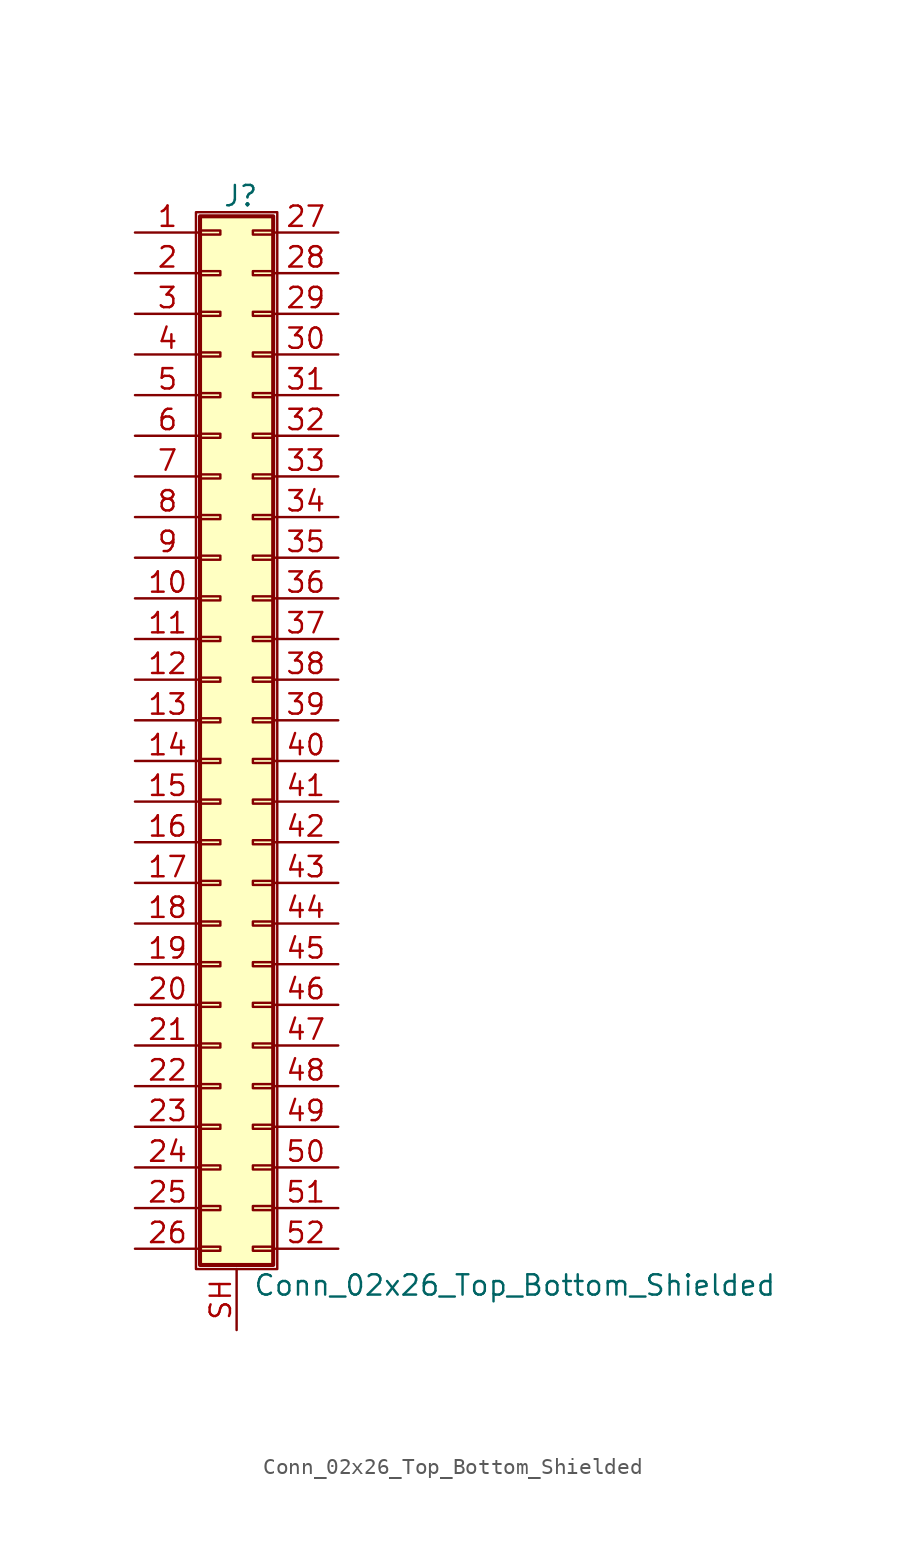
<source format=kicad_sym>
(kicad_symbol_lib
  (version 20201005)
  (generator kicad_symbol_editor)
  (symbol "Connector_Generic_Shielded:Conn_02x26_Top_Bottom_Shielded"
    (pin_names
      (offset 1.016) hide)
    (property "Reference" "J"
      (at 1.524 32.766 0)
      (effects (font (size 1.27 1.27))))
    (property "Value" "Conn_02x26_Top_Bottom_Shielded"
      (at 2.286 -35.306 0)
      (effects (font (size 1.27 1.27)) (justify left)))
    (symbol "Conn_02x26_Top_Bottom_Shielded_1_1"
      (rectangle (start -1.016 -27.813) (end 0.254 -28.067) (stroke (width 0.152)) (fill (type none)))
      (rectangle (start -1.016 -30.353) (end 0.254 -30.607) (stroke (width 0.152)) (fill (type none)))
      (rectangle (start -1.016 -32.893) (end 0.254 -33.147) (stroke (width 0.152)) (fill (type none)))
      (rectangle (start -1.016 -4.953) (end 0.254 -5.207) (stroke (width 0.152)) (fill (type none)))
      (rectangle (start -1.016 -7.493) (end 0.254 -7.747) (stroke (width 0.152)) (fill (type none)))
      (rectangle (start -1.016 -10.033) (end 0.254 -10.287) (stroke (width 0.152)) (fill (type none)))
      (rectangle (start -1.016 -12.573) (end 0.254 -12.827) (stroke (width 0.152)) (fill (type none)))
      (rectangle (start -1.016 -15.113) (end 0.254 -15.367) (stroke (width 0.152)) (fill (type none)))
      (rectangle (start -1.016 -17.653) (end 0.254 -17.907) (stroke (width 0.152)) (fill (type none)))
      (rectangle (start -1.016 -20.193) (end 0.254 -20.447) (stroke (width 0.152)) (fill (type none)))
      (rectangle (start -1.016 -22.733) (end 0.254 -22.987) (stroke (width 0.152)) (fill (type none)))
      (rectangle (start -1.016 -2.413) (end 0.254 -2.667) (stroke (width 0.152)) (fill (type none)))
      (rectangle (start -1.016 -25.273) (end 0.254 -25.527) (stroke (width 0.152)) (fill (type none)))
      (rectangle (start -1.016 25.527) (end 0.254 25.273) (stroke (width 0.152)) (fill (type none)))
      (rectangle (start -1.016 2.667) (end 0.254 2.413) (stroke (width 0.152)) (fill (type none)))
      (rectangle (start -1.016 28.067) (end 0.254 27.813) (stroke (width 0.152)) (fill (type none)))
      (rectangle (start -1.016 30.607) (end 0.254 30.353) (stroke (width 0.152)) (fill (type none)))
      (rectangle (start -1.016 31.496) (end 3.556 -34.036) (stroke (width 0.254)) (fill (type background)))
      (rectangle (start -1.016 5.207) (end 0.254 4.953) (stroke (width 0.152)) (fill (type none)))
      (rectangle (start -1.016 7.747) (end 0.254 7.493) (stroke (width 0.152)) (fill (type none)))
      (rectangle (start -1.016 10.287) (end 0.254 10.033) (stroke (width 0.152)) (fill (type none)))
      (rectangle (start -1.016 0.127) (end 0.254 -0.127) (stroke (width 0.152)) (fill (type none)))
      (rectangle (start -1.016 12.827) (end 0.254 12.573) (stroke (width 0.152)) (fill (type none)))
      (rectangle (start -1.016 15.367) (end 0.254 15.113) (stroke (width 0.152)) (fill (type none)))
      (rectangle (start -1.016 17.907) (end 0.254 17.653) (stroke (width 0.152)) (fill (type none)))
      (rectangle (start -1.016 20.447) (end 0.254 20.193) (stroke (width 0.152)) (fill (type none)))
      (rectangle (start -1.016 22.987) (end 0.254 22.733) (stroke (width 0.152)) (fill (type none)))
      (rectangle (start -1.27 31.75) (end 3.81 -34.29) (stroke (width 0.152)) (fill (type none)))
      (rectangle (start 3.556 -27.813) (end 2.286 -28.067) (stroke (width 0.152)) (fill (type none)))
      (rectangle (start 3.556 -30.353) (end 2.286 -30.607) (stroke (width 0.152)) (fill (type none)))
      (rectangle (start 3.556 -32.893) (end 2.286 -33.147) (stroke (width 0.152)) (fill (type none)))
      (rectangle (start 3.556 -4.953) (end 2.286 -5.207) (stroke (width 0.152)) (fill (type none)))
      (rectangle (start 3.556 -7.493) (end 2.286 -7.747) (stroke (width 0.152)) (fill (type none)))
      (rectangle (start 3.556 -10.033) (end 2.286 -10.287) (stroke (width 0.152)) (fill (type none)))
      (rectangle (start 3.556 -12.573) (end 2.286 -12.827) (stroke (width 0.152)) (fill (type none)))
      (rectangle (start 3.556 -15.113) (end 2.286 -15.367) (stroke (width 0.152)) (fill (type none)))
      (rectangle (start 3.556 -17.653) (end 2.286 -17.907) (stroke (width 0.152)) (fill (type none)))
      (rectangle (start 3.556 -20.193) (end 2.286 -20.447) (stroke (width 0.152)) (fill (type none)))
      (rectangle (start 3.556 -22.733) (end 2.286 -22.987) (stroke (width 0.152)) (fill (type none)))
      (rectangle (start 3.556 -2.413) (end 2.286 -2.667) (stroke (width 0.152)) (fill (type none)))
      (rectangle (start 3.556 -25.273) (end 2.286 -25.527) (stroke (width 0.152)) (fill (type none)))
      (rectangle (start 3.556 25.527) (end 2.286 25.273) (stroke (width 0.152)) (fill (type none)))
      (rectangle (start 3.556 2.667) (end 2.286 2.413) (stroke (width 0.152)) (fill (type none)))
      (rectangle (start 3.556 28.067) (end 2.286 27.813) (stroke (width 0.152)) (fill (type none)))
      (rectangle (start 3.556 30.607) (end 2.286 30.353) (stroke (width 0.152)) (fill (type none)))
      (rectangle (start 3.556 5.207) (end 2.286 4.953) (stroke (width 0.152)) (fill (type none)))
      (rectangle (start 3.556 7.747) (end 2.286 7.493) (stroke (width 0.152)) (fill (type none)))
      (rectangle (start 3.556 10.287) (end 2.286 10.033) (stroke (width 0.152)) (fill (type none)))
      (rectangle (start 3.556 0.127) (end 2.286 -0.127) (stroke (width 0.152)) (fill (type none)))
      (rectangle (start 3.556 12.827) (end 2.286 12.573) (stroke (width 0.152)) (fill (type none)))
      (rectangle (start 3.556 15.367) (end 2.286 15.113) (stroke (width 0.152)) (fill (type none)))
      (rectangle (start 3.556 17.907) (end 2.286 17.653) (stroke (width 0.152)) (fill (type none)))
      (rectangle (start 3.556 20.447) (end 2.286 20.193) (stroke (width 0.152)) (fill (type none)))
      (rectangle (start 3.556 22.987) (end 2.286 22.733) (stroke (width 0.152)) (fill (type none)))
      (pin passive line (at -5.08 30.48 0) (length 4.064) (name "Pin_1" (effects (font (size 1.27 1.27)))) (number "1" (effects (font (size 1.27 1.27)))))
      (pin passive line (at -5.08 7.62 0) (length 4.064) (name "Pin_10" (effects (font (size 1.27 1.27)))) (number "10" (effects (font (size 1.27 1.27)))))
      (pin passive line (at -5.08 5.08 0) (length 4.064) (name "Pin_11" (effects (font (size 1.27 1.27)))) (number "11" (effects (font (size 1.27 1.27)))))
      (pin passive line (at -5.08 2.54 0) (length 4.064) (name "Pin_12" (effects (font (size 1.27 1.27)))) (number "12" (effects (font (size 1.27 1.27)))))
      (pin passive line (at -5.08 0 0) (length 4.064) (name "Pin_13" (effects (font (size 1.27 1.27)))) (number "13" (effects (font (size 1.27 1.27)))))
      (pin passive line (at -5.08 -2.54 0) (length 4.064) (name "Pin_14" (effects (font (size 1.27 1.27)))) (number "14" (effects (font (size 1.27 1.27)))))
      (pin passive line (at -5.08 -5.08 0) (length 4.064) (name "Pin_15" (effects (font (size 1.27 1.27)))) (number "15" (effects (font (size 1.27 1.27)))))
      (pin passive line (at -5.08 -7.62 0) (length 4.064) (name "Pin_16" (effects (font (size 1.27 1.27)))) (number "16" (effects (font (size 1.27 1.27)))))
      (pin passive line (at -5.08 -10.16 0) (length 4.064) (name "Pin_17" (effects (font (size 1.27 1.27)))) (number "17" (effects (font (size 1.27 1.27)))))
      (pin passive line (at -5.08 -12.7 0) (length 4.064) (name "Pin_18" (effects (font (size 1.27 1.27)))) (number "18" (effects (font (size 1.27 1.27)))))
      (pin passive line (at -5.08 -15.24 0) (length 4.064) (name "Pin_19" (effects (font (size 1.27 1.27)))) (number "19" (effects (font (size 1.27 1.27)))))
      (pin passive line (at -5.08 27.94 0) (length 4.064) (name "Pin_2" (effects (font (size 1.27 1.27)))) (number "2" (effects (font (size 1.27 1.27)))))
      (pin passive line (at -5.08 -17.78 0) (length 4.064) (name "Pin_20" (effects (font (size 1.27 1.27)))) (number "20" (effects (font (size 1.27 1.27)))))
      (pin passive line (at -5.08 -20.32 0) (length 4.064) (name "Pin_21" (effects (font (size 1.27 1.27)))) (number "21" (effects (font (size 1.27 1.27)))))
      (pin passive line (at -5.08 -22.86 0) (length 4.064) (name "Pin_22" (effects (font (size 1.27 1.27)))) (number "22" (effects (font (size 1.27 1.27)))))
      (pin passive line (at -5.08 -25.4 0) (length 4.064) (name "Pin_23" (effects (font (size 1.27 1.27)))) (number "23" (effects (font (size 1.27 1.27)))))
      (pin passive line (at -5.08 -27.94 0) (length 4.064) (name "Pin_24" (effects (font (size 1.27 1.27)))) (number "24" (effects (font (size 1.27 1.27)))))
      (pin passive line (at -5.08 -30.48 0) (length 4.064) (name "Pin_25" (effects (font (size 1.27 1.27)))) (number "25" (effects (font (size 1.27 1.27)))))
      (pin passive line (at -5.08 -33.02 0) (length 4.064) (name "Pin_26" (effects (font (size 1.27 1.27)))) (number "26" (effects (font (size 1.27 1.27)))))
      (pin passive line (at 7.62 30.48 180) (length 4.064) (name "Pin_27" (effects (font (size 1.27 1.27)))) (number "27" (effects (font (size 1.27 1.27)))))
      (pin passive line (at 7.62 27.94 180) (length 4.064) (name "Pin_28" (effects (font (size 1.27 1.27)))) (number "28" (effects (font (size 1.27 1.27)))))
      (pin passive line (at 7.62 25.4 180) (length 4.064) (name "Pin_29" (effects (font (size 1.27 1.27)))) (number "29" (effects (font (size 1.27 1.27)))))
      (pin passive line (at -5.08 25.4 0) (length 4.064) (name "Pin_3" (effects (font (size 1.27 1.27)))) (number "3" (effects (font (size 1.27 1.27)))))
      (pin passive line (at 7.62 22.86 180) (length 4.064) (name "Pin_30" (effects (font (size 1.27 1.27)))) (number "30" (effects (font (size 1.27 1.27)))))
      (pin passive line (at 7.62 20.32 180) (length 4.064) (name "Pin_31" (effects (font (size 1.27 1.27)))) (number "31" (effects (font (size 1.27 1.27)))))
      (pin passive line (at 7.62 17.78 180) (length 4.064) (name "Pin_32" (effects (font (size 1.27 1.27)))) (number "32" (effects (font (size 1.27 1.27)))))
      (pin passive line (at 7.62 15.24 180) (length 4.064) (name "Pin_33" (effects (font (size 1.27 1.27)))) (number "33" (effects (font (size 1.27 1.27)))))
      (pin passive line (at 7.62 12.7 180) (length 4.064) (name "Pin_34" (effects (font (size 1.27 1.27)))) (number "34" (effects (font (size 1.27 1.27)))))
      (pin passive line (at 7.62 10.16 180) (length 4.064) (name "Pin_35" (effects (font (size 1.27 1.27)))) (number "35" (effects (font (size 1.27 1.27)))))
      (pin passive line (at 7.62 7.62 180) (length 4.064) (name "Pin_36" (effects (font (size 1.27 1.27)))) (number "36" (effects (font (size 1.27 1.27)))))
      (pin passive line (at 7.62 5.08 180) (length 4.064) (name "Pin_37" (effects (font (size 1.27 1.27)))) (number "37" (effects (font (size 1.27 1.27)))))
      (pin passive line (at 7.62 2.54 180) (length 4.064) (name "Pin_38" (effects (font (size 1.27 1.27)))) (number "38" (effects (font (size 1.27 1.27)))))
      (pin passive line (at 7.62 0 180) (length 4.064) (name "Pin_39" (effects (font (size 1.27 1.27)))) (number "39" (effects (font (size 1.27 1.27)))))
      (pin passive line (at -5.08 22.86 0) (length 4.064) (name "Pin_4" (effects (font (size 1.27 1.27)))) (number "4" (effects (font (size 1.27 1.27)))))
      (pin passive line (at 7.62 -2.54 180) (length 4.064) (name "Pin_40" (effects (font (size 1.27 1.27)))) (number "40" (effects (font (size 1.27 1.27)))))
      (pin passive line (at 7.62 -5.08 180) (length 4.064) (name "Pin_41" (effects (font (size 1.27 1.27)))) (number "41" (effects (font (size 1.27 1.27)))))
      (pin passive line (at 7.62 -7.62 180) (length 4.064) (name "Pin_42" (effects (font (size 1.27 1.27)))) (number "42" (effects (font (size 1.27 1.27)))))
      (pin passive line (at 7.62 -10.16 180) (length 4.064) (name "Pin_43" (effects (font (size 1.27 1.27)))) (number "43" (effects (font (size 1.27 1.27)))))
      (pin passive line (at 7.62 -12.7 180) (length 4.064) (name "Pin_44" (effects (font (size 1.27 1.27)))) (number "44" (effects (font (size 1.27 1.27)))))
      (pin passive line (at 7.62 -15.24 180) (length 4.064) (name "Pin_45" (effects (font (size 1.27 1.27)))) (number "45" (effects (font (size 1.27 1.27)))))
      (pin passive line (at 7.62 -17.78 180) (length 4.064) (name "Pin_46" (effects (font (size 1.27 1.27)))) (number "46" (effects (font (size 1.27 1.27)))))
      (pin passive line (at 7.62 -20.32 180) (length 4.064) (name "Pin_47" (effects (font (size 1.27 1.27)))) (number "47" (effects (font (size 1.27 1.27)))))
      (pin passive line (at 7.62 -22.86 180) (length 4.064) (name "Pin_48" (effects (font (size 1.27 1.27)))) (number "48" (effects (font (size 1.27 1.27)))))
      (pin passive line (at 7.62 -25.4 180) (length 4.064) (name "Pin_49" (effects (font (size 1.27 1.27)))) (number "49" (effects (font (size 1.27 1.27)))))
      (pin passive line (at -5.08 20.32 0) (length 4.064) (name "Pin_5" (effects (font (size 1.27 1.27)))) (number "5" (effects (font (size 1.27 1.27)))))
      (pin passive line (at 7.62 -27.94 180) (length 4.064) (name "Pin_50" (effects (font (size 1.27 1.27)))) (number "50" (effects (font (size 1.27 1.27)))))
      (pin passive line (at 7.62 -30.48 180) (length 4.064) (name "Pin_51" (effects (font (size 1.27 1.27)))) (number "51" (effects (font (size 1.27 1.27)))))
      (pin passive line (at 7.62 -33.02 180) (length 4.064) (name "Pin_52" (effects (font (size 1.27 1.27)))) (number "52" (effects (font (size 1.27 1.27)))))
      (pin passive line (at -5.08 17.78 0) (length 4.064) (name "Pin_6" (effects (font (size 1.27 1.27)))) (number "6" (effects (font (size 1.27 1.27)))))
      (pin passive line (at -5.08 15.24 0) (length 4.064) (name "Pin_7" (effects (font (size 1.27 1.27)))) (number "7" (effects (font (size 1.27 1.27)))))
      (pin passive line (at -5.08 12.7 0) (length 4.064) (name "Pin_8" (effects (font (size 1.27 1.27)))) (number "8" (effects (font (size 1.27 1.27)))))
      (pin passive line (at -5.08 10.16 0) (length 4.064) (name "Pin_9" (effects (font (size 1.27 1.27)))) (number "9" (effects (font (size 1.27 1.27)))))
      (pin passive line (at 1.27 -38.1 90) (length 3.81) (name "Shield" (effects (font (size 1.27 1.27)))) (number "SH" (effects (font (size 1.27 1.27))))))))
</source>
